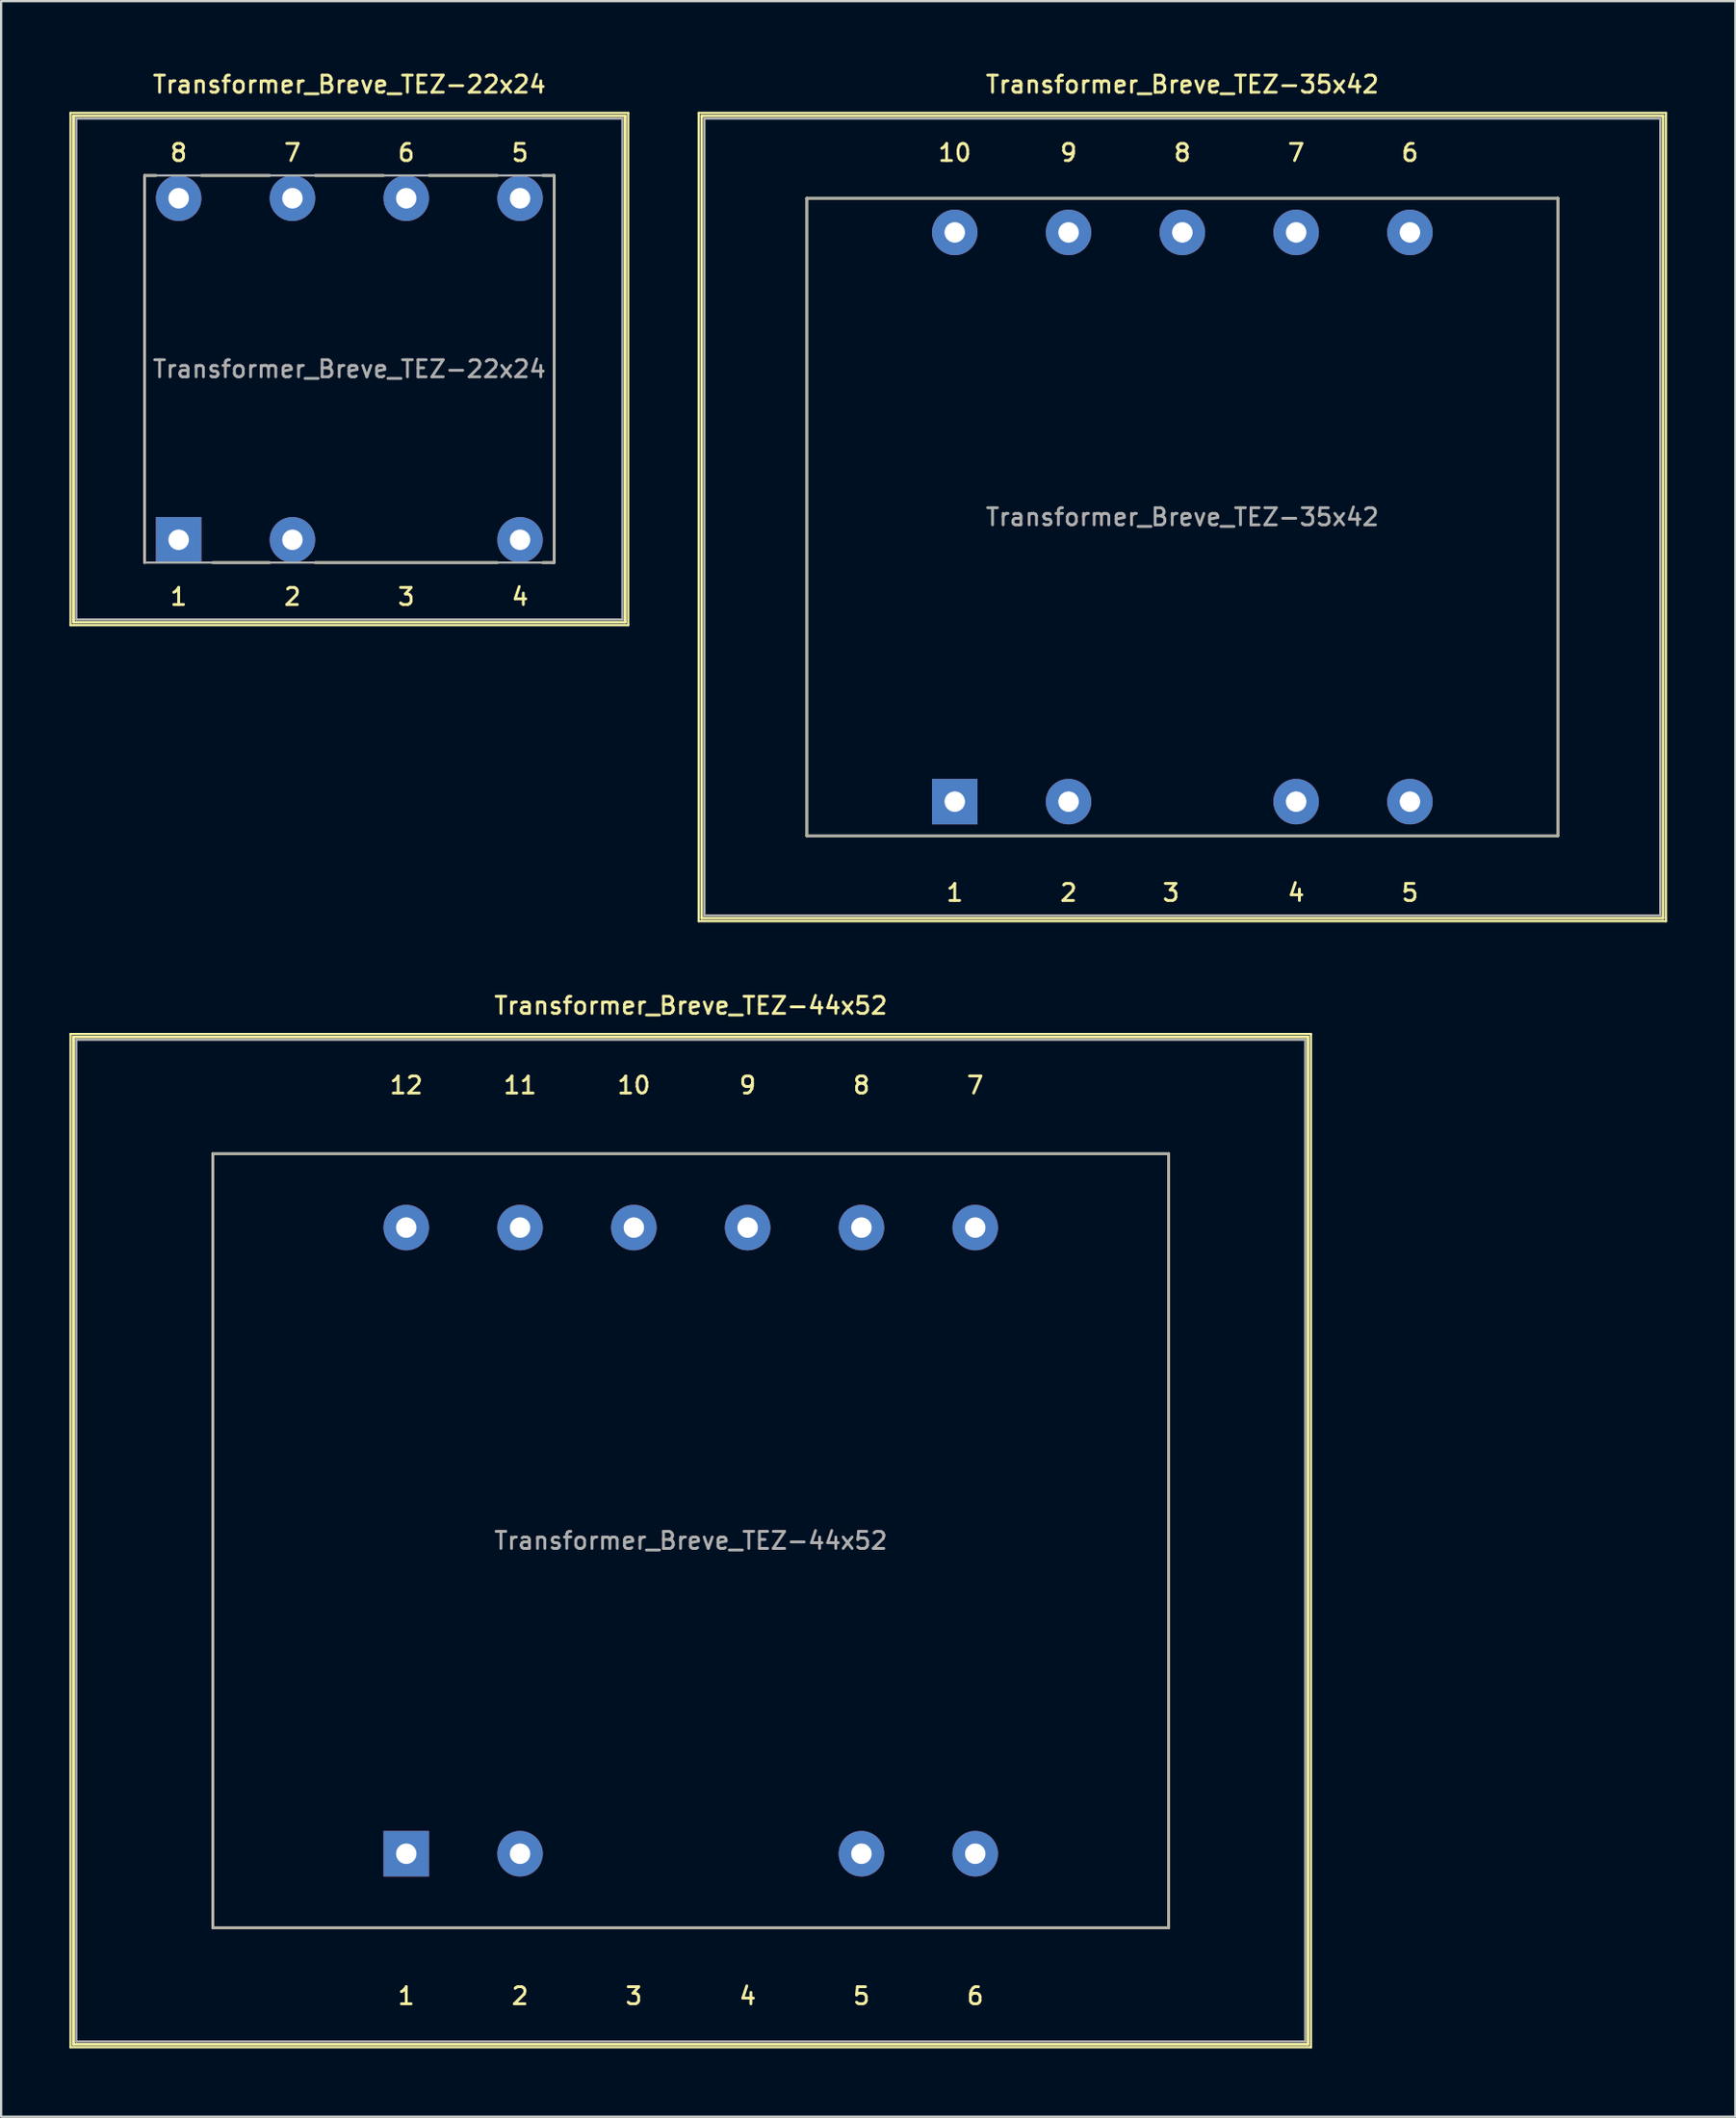
<source format=kicad_pcb>
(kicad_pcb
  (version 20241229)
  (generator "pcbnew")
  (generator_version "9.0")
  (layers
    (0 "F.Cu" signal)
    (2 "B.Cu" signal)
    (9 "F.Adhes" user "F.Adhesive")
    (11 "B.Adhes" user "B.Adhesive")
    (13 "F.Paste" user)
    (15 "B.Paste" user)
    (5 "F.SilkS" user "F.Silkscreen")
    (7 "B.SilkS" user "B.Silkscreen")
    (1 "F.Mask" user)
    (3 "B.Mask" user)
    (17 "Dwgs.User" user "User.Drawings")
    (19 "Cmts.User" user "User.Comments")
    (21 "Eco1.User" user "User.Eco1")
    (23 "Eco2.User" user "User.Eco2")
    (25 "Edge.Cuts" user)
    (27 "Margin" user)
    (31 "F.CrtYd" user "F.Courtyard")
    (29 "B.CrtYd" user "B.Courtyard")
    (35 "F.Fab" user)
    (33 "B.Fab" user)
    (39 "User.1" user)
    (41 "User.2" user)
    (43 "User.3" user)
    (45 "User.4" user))
  (footprint "Transformer_Breve_TEZ-22x24"
    (layer "F.Cu")
    (at 4.8 20.658)
    (property "Reference" "Transformer_Breve_TEZ-22x24" (at 7.5 -20 0) (layer "F.SilkS") (effects (font (size 0.75 0.75) (thickness 0.125))))
    (attr through_hole)
    (fp_line (start -4.75 -18.75) (end -4.75 3.75) (stroke (width 0.1) (type solid)) (layer "F.SilkS"))
    (fp_line (start -4.75 -18.75) (end 19.75 -18.75) (stroke (width 0.1) (type solid)) (layer "F.SilkS"))
    (fp_line (start -4.62 -18.62) (end -4.62 3.62) (stroke (width 0.12) (type solid)) (layer "F.SilkS"))
    (fp_line (start -4.62 -18.62) (end 19.62 -18.62) (stroke (width 0.12) (type solid)) (layer "F.SilkS"))
    (fp_line (start -1.5 1) (end -1.5 -16) (stroke (width 0.12) (type solid)) (layer "F.SilkS"))
    (fp_line (start -1 -16) (end -1.5 -16) (stroke (width 0.12) (type solid)) (layer "F.SilkS"))
    (fp_line (start 1 -16) (end 4 -16) (stroke (width 0.12) (type solid)) (layer "F.SilkS"))
    (fp_line (start 4 1) (end 1.5 1) (stroke (width 0.12) (type solid)) (layer "F.SilkS"))
    (fp_line (start 6 -16) (end 9 -16) (stroke (width 0.12) (type solid)) (layer "F.SilkS"))
    (fp_line (start 6 1) (end 14 1) (stroke (width 0.12) (type solid)) (layer "F.SilkS"))
    (fp_line (start 11 -16) (end 14 -16) (stroke (width 0.12) (type solid)) (layer "F.SilkS"))
    (fp_line (start 16 -16) (end 16.5 -16) (stroke (width 0.12) (type solid)) (layer "F.SilkS"))
    (fp_line (start 16 1) (end 16.5 1) (stroke (width 0.12) (type solid)) (layer "F.SilkS"))
    (fp_line (start 16.5 1) (end 16.5 -16) (stroke (width 0.12) (type solid)) (layer "F.SilkS"))
    (fp_line (start 19.62 3.62) (end -4.62 3.62) (stroke (width 0.12) (type solid)) (layer "F.SilkS"))
    (fp_line (start 19.62 3.62) (end 19.62 -18.62) (stroke (width 0.12) (type solid)) (layer "F.SilkS"))
    (fp_line (start 19.75 3.75) (end -4.75 3.75) (stroke (width 0.1) (type solid)) (layer "F.SilkS"))
    (fp_line (start 19.75 3.75) (end 19.75 -18.75) (stroke (width 0.1) (type solid)) (layer "F.SilkS"))
    (fp_line (start -4.5 -18.5) (end 19.5 -18.5) (stroke (width 0.1) (type solid)) (layer "F.Fab"))
    (fp_line (start -4.5 3.5) (end -4.5 -18.5) (stroke (width 0.1) (type solid)) (layer "F.Fab"))
    (fp_line (start -1.5 -16) (end 16.5 -16) (stroke (width 0.1) (type solid)) (layer "F.Fab"))
    (fp_line (start -1.5 1) (end -1.5 -16) (stroke (width 0.1) (type solid)) (layer "F.Fab"))
    (fp_line (start 16.5 -16) (end 16.5 1) (stroke (width 0.1) (type solid)) (layer "F.Fab"))
    (fp_line (start 16.5 1) (end -1.5 1) (stroke (width 0.1) (type solid)) (layer "F.Fab"))
    (fp_line (start 19.5 -18.5) (end 19.5 3.5) (stroke (width 0.1) (type solid)) (layer "F.Fab"))
    (fp_line (start 19.5 3.5) (end -4.5 3.5) (stroke (width 0.1) (type solid)) (layer "F.Fab"))
    (fp_text user "4" (at 15 2.5 0) (layer "F.SilkS") (effects (font (size 0.75 0.75) (thickness 0.125))))
    (fp_text user "2" (at 5 2.5 0) (layer "F.SilkS") (effects (font (size 0.75 0.75) (thickness 0.125))))
    (fp_text user "7" (at 5 -17 0) (layer "F.SilkS") (effects (font (size 0.75 0.75) (thickness 0.125))))
    (fp_text user "5" (at 15 -17 0) (layer "F.SilkS") (effects (font (size 0.75 0.75) (thickness 0.125))))
    (fp_text user "8" (at 0 -17 0) (layer "F.SilkS") (effects (font (size 0.75 0.75) (thickness 0.125))))
    (fp_text user "1" (at 0 2.5 0) (layer "F.SilkS") (effects (font (size 0.75 0.75) (thickness 0.125))))
    (fp_text user "6" (at 10 -17 0) (layer "F.SilkS") (effects (font (size 0.75 0.75) (thickness 0.125))))
    (fp_text user "3" (at 10 2.5 0) (layer "F.SilkS") (effects (font (size 0.75 0.75) (thickness 0.125))))
    (fp_text user "${REFERENCE}" (at 7.5 -7.5 0) (layer "F.Fab") (effects (font (size 0.75 0.75) (thickness 0.125))))
    (pad "1" thru_hole rect (at 0 0) (size 2 2) (drill 0.9) (layers "*.Cu" "*.Mask"))
    (pad "2" thru_hole circle (at 5 0) (size 2 2) (drill 0.9) (layers "*.Cu" "*.Mask"))
    (pad "4" thru_hole circle (at 15 0) (size 2 2) (drill 0.9) (layers "*.Cu" "*.Mask"))
    (pad "5" thru_hole circle (at 15 -15) (size 2 2) (drill 0.9) (layers "*.Cu" "*.Mask"))
    (pad "6" thru_hole circle (at 10 -15) (size 2 2) (drill 0.9) (layers "*.Cu" "*.Mask"))
    (pad "7" thru_hole circle (at 5 -15) (size 2 2) (drill 0.9) (layers "*.Cu" "*.Mask"))
    (pad "8" thru_hole circle (at 0 -15) (size 2 2) (drill 0.9) (layers "*.Cu" "*.Mask")))
  (footprint "Transformer_Breve_TEZ-35x42"
    (layer "F.Cu")
    (at 38.9 32.158)
    (property "Reference" "Transformer_Breve_TEZ-35x42" (at 10 -31.5 0) (layer "F.SilkS") (effects (font (size 0.75 0.75) (thickness 0.125))))
    (attr through_hole)
    (fp_line (start -11.25 -30.25) (end -11.25 5.25) (stroke (width 0.1) (type solid)) (layer "F.SilkS"))
    (fp_line (start -11.25 -30.25) (end 31.25 -30.25) (stroke (width 0.1) (type solid)) (layer "F.SilkS"))
    (fp_line (start -11.12 -30.12) (end -11.12 5.12) (stroke (width 0.12) (type solid)) (layer "F.SilkS"))
    (fp_line (start -11.12 -30.12) (end 31.12 -30.12) (stroke (width 0.12) (type solid)) (layer "F.SilkS"))
    (fp_line (start -6.5 -26.5) (end 26.5 -26.5) (stroke (width 0.12) (type solid)) (layer "F.SilkS"))
    (fp_line (start -6.5 1.5) (end -6.5 -26.5) (stroke (width 0.12) (type solid)) (layer "F.SilkS"))
    (fp_line (start 26.5 -26.5) (end 26.5 1.5) (stroke (width 0.12) (type solid)) (layer "F.SilkS"))
    (fp_line (start 26.5 1.5) (end -6.5 1.5) (stroke (width 0.12) (type solid)) (layer "F.SilkS"))
    (fp_line (start 31.12 5.12) (end -11.12 5.12) (stroke (width 0.12) (type solid)) (layer "F.SilkS"))
    (fp_line (start 31.12 5.12) (end 31.12 -30.12) (stroke (width 0.12) (type solid)) (layer "F.SilkS"))
    (fp_line (start 31.25 5.25) (end -11.25 5.25) (stroke (width 0.1) (type solid)) (layer "F.SilkS"))
    (fp_line (start 31.25 5.25) (end 31.25 -30.25) (stroke (width 0.1) (type solid)) (layer "F.SilkS"))
    (fp_line (start -11 -30) (end 31 -30) (stroke (width 0.1) (type solid)) (layer "F.Fab"))
    (fp_line (start -11 5) (end -11 -30) (stroke (width 0.1) (type solid)) (layer "F.Fab"))
    (fp_line (start -6.5 -26.5) (end -6.5 1.5) (stroke (width 0.1) (type solid)) (layer "F.Fab"))
    (fp_line (start -6.5 1.5) (end 26.5 1.5) (stroke (width 0.1) (type solid)) (layer "F.Fab"))
    (fp_line (start 26.5 -26.5) (end -6.5 -26.5) (stroke (width 0.1) (type solid)) (layer "F.Fab"))
    (fp_line (start 26.5 1.5) (end 26.5 -26.5) (stroke (width 0.1) (type solid)) (layer "F.Fab"))
    (fp_line (start 31 -30) (end 31 5) (stroke (width 0.1) (type solid)) (layer "F.Fab"))
    (fp_line (start 31 5) (end -11 5) (stroke (width 0.1) (type solid)) (layer "F.Fab"))
    (fp_text user "10" (at 0 -28.5 0) (layer "F.SilkS") (effects (font (size 0.75 0.75) (thickness 0.125))))
    (fp_text user "5" (at 20 4 0) (layer "F.SilkS") (effects (font (size 0.75 0.75) (thickness 0.125))))
    (fp_text user "4" (at 15 4 0) (layer "F.SilkS") (effects (font (size 0.75 0.75) (thickness 0.125))))
    (fp_text user "8" (at 10 -28.5 0) (layer "F.SilkS") (effects (font (size 0.75 0.75) (thickness 0.125))))
    (fp_text user "7" (at 15 -28.5 0) (layer "F.SilkS") (effects (font (size 0.75 0.75) (thickness 0.125))))
    (fp_text user "6" (at 20 -28.5 0) (layer "F.SilkS") (effects (font (size 0.75 0.75) (thickness 0.125))))
    (fp_text user "1" (at 0 4 0) (layer "F.SilkS") (effects (font (size 0.75 0.75) (thickness 0.125))))
    (fp_text user "9" (at 5 -28.5 0) (layer "F.SilkS") (effects (font (size 0.75 0.75) (thickness 0.125))))
    (fp_text user "2" (at 5 4 0) (layer "F.SilkS") (effects (font (size 0.75 0.75) (thickness 0.125))))
    (fp_text user "3" (at 9.5 4 0) (layer "F.SilkS") (effects (font (size 0.75 0.75) (thickness 0.125))))
    (fp_text user "${REFERENCE}" (at 10 -12.5 0) (layer "F.Fab") (effects (font (size 0.75 0.75) (thickness 0.125))))
    (pad "1" thru_hole rect (at 0 0) (size 2 2) (drill 0.9) (layers "*.Cu" "*.Mask"))
    (pad "2" thru_hole circle (at 5 0) (size 2 2) (drill 0.9) (layers "*.Cu" "*.Mask"))
    (pad "4" thru_hole circle (at 15 0) (size 2 2) (drill 0.9) (layers "*.Cu" "*.Mask"))
    (pad "5" thru_hole circle (at 20 0) (size 2 2) (drill 0.9) (layers "*.Cu" "*.Mask"))
    (pad "6" thru_hole circle (at 20 -25) (size 2 2) (drill 0.9) (layers "*.Cu" "*.Mask"))
    (pad "7" thru_hole circle (at 15 -25) (size 2 2) (drill 0.9) (layers "*.Cu" "*.Mask"))
    (pad "8" thru_hole circle (at 10 -25) (size 2 2) (drill 0.9) (layers "*.Cu" "*.Mask"))
    (pad "9" thru_hole circle (at 5 -25) (size 2 2) (drill 0.9) (layers "*.Cu" "*.Mask"))
    (pad "10" thru_hole circle (at 0 -25) (size 2 2) (drill 0.9) (layers "*.Cu" "*.Mask")))
  (footprint "Transformer_Breve_TEZ-44x52"
    (layer "F.Cu")
    (at 14.8 78.366)
    (property "Reference" "Transformer_Breve_TEZ-44x52" (at 12.5 -37.25 0) (layer "F.SilkS") (effects (font (size 0.75 0.75) (thickness 0.125))))
    (attr through_hole)
    (fp_line (start -14.75 -36) (end -14.75 8.5) (stroke (width 0.1) (type solid)) (layer "F.SilkS"))
    (fp_line (start -14.75 -36) (end 39.75 -36) (stroke (width 0.1) (type solid)) (layer "F.SilkS"))
    (fp_line (start -14.62 -35.87) (end -14.62 8.37) (stroke (width 0.12) (type solid)) (layer "F.SilkS"))
    (fp_line (start -14.62 -35.87) (end 39.62 -35.87) (stroke (width 0.12) (type solid)) (layer "F.SilkS"))
    (fp_line (start -8.5 -30.75) (end 33.5 -30.75) (stroke (width 0.12) (type solid)) (layer "F.SilkS"))
    (fp_line (start -8.5 3.25) (end -8.5 -30.75) (stroke (width 0.12) (type solid)) (layer "F.SilkS"))
    (fp_line (start 33.5 -30.75) (end 33.5 3.25) (stroke (width 0.12) (type solid)) (layer "F.SilkS"))
    (fp_line (start 33.5 3.25) (end -8.5 3.25) (stroke (width 0.12) (type solid)) (layer "F.SilkS"))
    (fp_line (start 39.62 8.37) (end -14.62 8.37) (stroke (width 0.12) (type solid)) (layer "F.SilkS"))
    (fp_line (start 39.62 8.37) (end 39.62 -35.87) (stroke (width 0.12) (type solid)) (layer "F.SilkS"))
    (fp_line (start 39.75 8.5) (end -14.75 8.5) (stroke (width 0.1) (type solid)) (layer "F.SilkS"))
    (fp_line (start 39.75 8.5) (end 39.75 -36) (stroke (width 0.1) (type solid)) (layer "F.SilkS"))
    (fp_line (start -14.5 -35.75) (end 39.5 -35.75) (stroke (width 0.1) (type solid)) (layer "F.Fab"))
    (fp_line (start -14.5 8.25) (end -14.5 -35.75) (stroke (width 0.1) (type solid)) (layer "F.Fab"))
    (fp_line (start -8.5 -30.75) (end 33.5 -30.75) (stroke (width 0.1) (type solid)) (layer "F.Fab"))
    (fp_line (start -8.5 3.25) (end -8.5 -30.75) (stroke (width 0.1) (type solid)) (layer "F.Fab"))
    (fp_line (start 33.5 -30.75) (end 33.5 3.25) (stroke (width 0.1) (type solid)) (layer "F.Fab"))
    (fp_line (start 33.5 3.25) (end -8.5 3.25) (stroke (width 0.1) (type solid)) (layer "F.Fab"))
    (fp_line (start 39.5 -35.75) (end 39.5 8.25) (stroke (width 0.1) (type solid)) (layer "F.Fab"))
    (fp_line (start 39.5 8.25) (end -14.5 8.25) (stroke (width 0.1) (type solid)) (layer "F.Fab"))
    (fp_text user "6" (at 25 6.25 0) (layer "F.SilkS") (effects (font (size 0.75 0.75) (thickness 0.125))))
    (fp_text user "12" (at 0 -33.75 0) (layer "F.SilkS") (effects (font (size 0.75 0.75) (thickness 0.125))))
    (fp_text user "4" (at 15 6.25 0) (layer "F.SilkS") (effects (font (size 0.75 0.75) (thickness 0.125))))
    (fp_text user "2" (at 5 6.25 0) (layer "F.SilkS") (effects (font (size 0.75 0.75) (thickness 0.125))))
    (fp_text user "3" (at 10 6.25 0) (layer "F.SilkS") (effects (font (size 0.75 0.75) (thickness 0.125))))
    (fp_text user "5" (at 20 6.25 0) (layer "F.SilkS") (effects (font (size 0.75 0.75) (thickness 0.125))))
    (fp_text user "10" (at 10 -33.75 0) (layer "F.SilkS") (effects (font (size 0.75 0.75) (thickness 0.125))))
    (fp_text user "11" (at 5 -33.75 0) (layer "F.SilkS") (effects (font (size 0.75 0.75) (thickness 0.125))))
    (fp_text user "8" (at 20 -33.75 0) (layer "F.SilkS") (effects (font (size 0.75 0.75) (thickness 0.125))))
    (fp_text user "9" (at 15 -33.75 0) (layer "F.SilkS") (effects (font (size 0.75 0.75) (thickness 0.125))))
    (fp_text user "7" (at 25 -33.75 0) (layer "F.SilkS") (effects (font (size 0.75 0.75) (thickness 0.125))))
    (fp_text user "1" (at 0 6.25 0) (layer "F.SilkS") (effects (font (size 0.75 0.75) (thickness 0.125))))
    (fp_text user "${REFERENCE}" (at 12.5 -13.75 0) (layer "F.Fab") (effects (font (size 0.75 0.75) (thickness 0.125))))
    (pad "1" thru_hole rect (at 0 0) (size 2 2) (drill 0.9) (layers "*.Cu" "*.Mask"))
    (pad "2" thru_hole circle (at 5 0) (size 2 2) (drill 0.9) (layers "*.Cu" "*.Mask"))
    (pad "5" thru_hole circle (at 20 0) (size 2 2) (drill 0.9) (layers "*.Cu" "*.Mask"))
    (pad "6" thru_hole circle (at 25 0) (size 2 2) (drill 0.9) (layers "*.Cu" "*.Mask"))
    (pad "7" thru_hole circle (at 25 -27.5) (size 2 2) (drill 0.9) (layers "*.Cu" "*.Mask"))
    (pad "8" thru_hole circle (at 20 -27.5) (size 2 2) (drill 0.9) (layers "*.Cu" "*.Mask"))
    (pad "9" thru_hole circle (at 15 -27.5) (size 2 2) (drill 0.9) (layers "*.Cu" "*.Mask"))
    (pad "10" thru_hole circle (at 10 -27.5) (size 2 2) (drill 0.9) (layers "*.Cu" "*.Mask"))
    (pad "11" thru_hole circle (at 5 -27.5) (size 2 2) (drill 0.9) (layers "*.Cu" "*.Mask"))
    (pad "12" thru_hole circle (at 0 -27.5) (size 2 2) (drill 0.9) (layers "*.Cu" "*.Mask")))
  (gr_rect
    (start -3 -3)
    (end 73.2 89.916)
    (stroke (width 0.1) (type default))
    (fill no)
    (layer "Edge.Cuts")))
</source>
